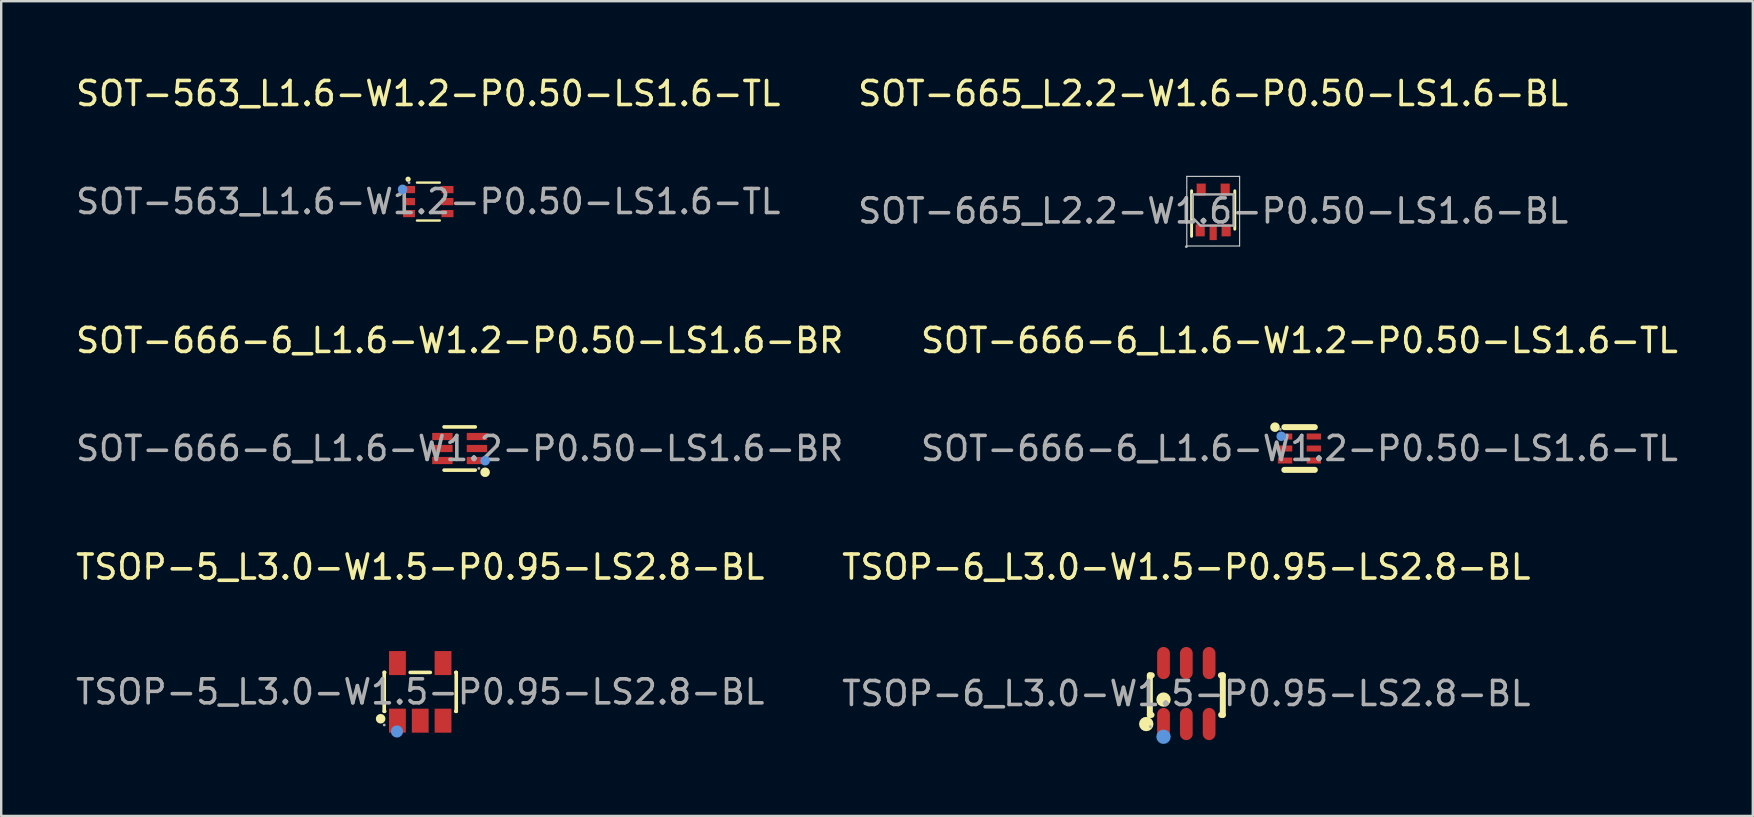
<source format=kicad_pcb>
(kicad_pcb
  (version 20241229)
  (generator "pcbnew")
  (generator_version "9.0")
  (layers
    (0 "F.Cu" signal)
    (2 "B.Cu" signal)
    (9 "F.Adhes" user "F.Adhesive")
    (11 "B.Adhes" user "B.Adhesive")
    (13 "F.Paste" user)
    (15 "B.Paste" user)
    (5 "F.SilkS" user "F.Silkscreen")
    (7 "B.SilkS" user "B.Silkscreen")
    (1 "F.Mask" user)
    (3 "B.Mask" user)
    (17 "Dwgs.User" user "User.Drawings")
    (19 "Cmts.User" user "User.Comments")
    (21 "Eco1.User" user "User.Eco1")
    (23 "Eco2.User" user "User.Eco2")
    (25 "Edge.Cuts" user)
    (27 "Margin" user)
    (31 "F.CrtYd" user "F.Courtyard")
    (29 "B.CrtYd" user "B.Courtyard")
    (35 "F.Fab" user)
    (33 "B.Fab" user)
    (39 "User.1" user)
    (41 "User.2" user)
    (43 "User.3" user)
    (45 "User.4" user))
  (footprint "SOT-666-6_L1.6-W1.2-P0.50-LS1.6-BR"
    (layer "F.Cu")
    (at 16.101 15.636)
    (property "Reference" "SOT-666-6_L1.6-W1.2-P0.50-LS1.6-BR" (at 0 -4.5 0) (layer "F.SilkS") (effects (font (size 1 1) (thickness 0.15))))
    (attr through_hole)
    (fp_line (start 0.65 -0.9) (end -0.65 -0.9) (stroke (width 0.15) (type solid)) (layer "F.SilkS"))
    (fp_line (start 0.65 0.9) (end -0.65 0.9) (stroke (width 0.15) (type solid)) (layer "F.SilkS"))
    (fp_arc (start 1.06 0.99) (mid 1.06 0.99) (end 1.06 0.99) (stroke (width 0.2) (type solid)) (layer "F.SilkS"))
    (fp_circle (center 1.06 0.51) (end 1.16 0.51) (stroke (width 0.2) (type solid)) (fill no) (layer "Cmts.User"))
    (fp_circle (center 0.8 0.83) (end 0.83 0.83) (stroke (width 0.06) (type solid)) (fill no) (layer "F.Fab"))
    (fp_text user "${REFERENCE}" (at 0 0 0) (layer "F.Fab") (effects (font (size 1 1) (thickness 0.15))))
    (pad "1" smd rect (at 0.72 0.5 90) (size 0.3 0.85) (layers "F.Cu" "F.Mask" "F.Paste"))
    (pad "2" smd rect (at 0.72 0 90) (size 0.3 0.85) (layers "F.Cu" "F.Mask" "F.Paste"))
    (pad "3" smd rect (at 0.72 -0.5 90) (size 0.3 0.85) (layers "F.Cu" "F.Mask" "F.Paste"))
    (pad "4" smd rect (at -0.72 -0.5 90) (size 0.3 0.85) (layers "F.Cu" "F.Mask" "F.Paste"))
    (pad "5" smd rect (at -0.72 0 90) (size 0.3 0.85) (layers "F.Cu" "F.Mask" "F.Paste"))
    (pad "6" smd rect (at -0.72 0.5 90) (size 0.3 0.85) (layers "F.Cu" "F.Mask" "F.Paste")))
  (footprint "SOT-665_L2.2-W1.6-P0.50-LS1.6-BL"
    (layer "F.Cu")
    (at 47.494 5.738)
    (property "Reference" "SOT-665_L2.2-W1.6-P0.50-LS1.6-BL" (at 0 -4.89 0) (layer "F.SilkS") (effects (font (size 1 1) (thickness 0.15))))
    (attr through_hole)
    (fp_line (start -0.9 -0.84) (end -0.9 1.06) (stroke (width 0.12) (type solid)) (layer "F.SilkS"))
    (fp_line (start 0.9 0.76) (end 0.9 -0.84) (stroke (width 0.12) (type solid)) (layer "F.SilkS"))
    (fp_line (start -1.1 -1.44) (end 1.1 -1.44) (stroke (width 0.05) (type solid)) (layer "Dwgs.User"))
    (fp_line (start -1.1 1.46) (end -1.1 -1.44) (stroke (width 0.05) (type solid)) (layer "Dwgs.User"))
    (fp_line (start 1.1 -1.44) (end 1.1 1.46) (stroke (width 0.05) (type solid)) (layer "Dwgs.User"))
    (fp_line (start 1.1 1.46) (end -1.1 1.46) (stroke (width 0.05) (type solid)) (layer "Dwgs.User"))
    (fp_line (start -0.85 -0.69) (end 0.85 -0.69) (stroke (width 0.1) (type solid)) (layer "F.Fab"))
    (fp_line (start -0.85 0.29) (end -0.85 -0.69) (stroke (width 0.1) (type solid)) (layer "F.Fab"))
    (fp_line (start -0.53 0.61) (end -0.85 0.29) (stroke (width 0.1) (type solid)) (layer "F.Fab"))
    (fp_line (start 0.85 -0.69) (end 0.85 0.61) (stroke (width 0.1) (type solid)) (layer "F.Fab"))
    (fp_line (start 0.85 0.61) (end -0.51 0.61) (stroke (width 0.1) (type solid)) (layer "F.Fab"))
    (fp_circle (center -1.12 1.49) (end -1.09 1.49) (stroke (width 0.06) (type solid)) (fill no) (layer "F.Fab"))
    (fp_text user "${REFERENCE}" (at 0 0 0) (layer "F.Fab") (effects (font (size 1 1) (thickness 0.15))))
    (pad "1" smd rect (at -0.54 0.81 90) (size 0.5 0.38) (layers "F.Cu" "F.Mask" "F.Paste"))
    (pad "2" smd rect (at 0 0.89 90) (size 0.65 0.3) (layers "F.Cu" "F.Mask" "F.Paste"))
    (pad "3" smd rect (at 0.54 0.81 90) (size 0.5 0.38) (layers "F.Cu" "F.Mask" "F.Paste"))
    (pad "4" smd rect (at 0.5 -0.89 90) (size 0.5 0.38) (layers "F.Cu" "F.Mask" "F.Paste"))
    (pad "5" smd rect (at -0.5 -0.89 90) (size 0.5 0.38) (layers "F.Cu" "F.Mask" "F.Paste")))
  (footprint "TSOP-5_L3.0-W1.5-P0.95-LS2.8-BL"
    (layer "F.Cu")
    (at 14.458 25.775)
    (property "Reference" "TSOP-5_L3.0-W1.5-P0.95-LS2.8-BL" (at 0 -5.2 0) (layer "F.SilkS") (effects (font (size 1 1) (thickness 0.15))))
    (attr through_hole)
    (fp_line (start -1.5 -0.81) (end -1.48 -0.81) (stroke (width 0.15) (type solid)) (layer "F.SilkS"))
    (fp_line (start -1.5 0.81) (end -1.5 -0.81) (stroke (width 0.15) (type solid)) (layer "F.SilkS"))
    (fp_line (start -1.48 0.81) (end -1.5 0.81) (stroke (width 0.15) (type solid)) (layer "F.SilkS"))
    (fp_line (start -0.42 -0.81) (end 0.42 -0.81) (stroke (width 0.15) (type solid)) (layer "F.SilkS"))
    (fp_line (start 1.48 -0.81) (end 1.5 -0.81) (stroke (width 0.15) (type solid)) (layer "F.SilkS"))
    (fp_line (start 1.5 -0.81) (end 1.5 0.81) (stroke (width 0.15) (type solid)) (layer "F.SilkS"))
    (fp_line (start 1.5 0.81) (end 1.48 0.81) (stroke (width 0.15) (type solid)) (layer "F.SilkS"))
    (fp_circle (center -1.65 1.12) (end -1.55 1.12) (stroke (width 0.2) (type solid)) (fill no) (layer "F.SilkS"))
    (fp_circle (center -0.97 1.65) (end -0.84 1.65) (stroke (width 0.25) (type solid)) (fill no) (layer "Cmts.User"))
    (fp_circle (center -1.5 1.38) (end -1.47 1.38) (stroke (width 0.06) (type solid)) (fill no) (layer "F.Fab"))
    (fp_text user "${REFERENCE}" (at 0 0 0) (layer "F.Fab") (effects (font (size 1 1) (thickness 0.15))))
    (pad "1" smd rect (at -0.95 1.2) (size 0.7 1) (layers "F.Cu" "F.Mask" "F.Paste"))
    (pad "2" smd rect (at 0 1.2) (size 0.7 1) (layers "F.Cu" "F.Mask" "F.Paste"))
    (pad "3" smd rect (at 0.95 1.2) (size 0.7 1) (layers "F.Cu" "F.Mask" "F.Paste"))
    (pad "4" smd rect (at 0.95 -1.2) (size 0.7 1) (layers "F.Cu" "F.Mask" "F.Paste"))
    (pad "5" smd rect (at -0.95 -1.2) (size 0.7 1) (layers "F.Cu" "F.Mask" "F.Paste")))
  (footprint "SOT-666-6_L1.6-W1.2-P0.50-LS1.6-TL"
    (layer "F.Cu")
    (at 51.089 15.636)
    (property "Reference" "SOT-666-6_L1.6-W1.2-P0.50-LS1.6-TL" (at 0 -4.5 0) (layer "F.SilkS") (effects (font (size 1 1) (thickness 0.15))))
    (attr through_hole)
    (fp_line (start -0.63 -0.89) (end 0.64 -0.89) (stroke (width 0.25) (type solid)) (layer "F.SilkS"))
    (fp_line (start -0.63 0.89) (end 0.64 0.89) (stroke (width 0.25) (type solid)) (layer "F.SilkS"))
    (fp_arc (start -1.02 -0.89) (mid -1.02 -0.89) (end -1.02 -0.89) (stroke (width 0.2) (type solid)) (layer "F.SilkS"))
    (fp_circle (center -0.76 -0.51) (end -0.66 -0.51) (stroke (width 0.2) (type solid)) (fill no) (layer "Cmts.User"))
    (fp_circle (center -0.8 -0.8) (end -0.77 -0.8) (stroke (width 0.06) (type solid)) (fill no) (layer "F.Fab"))
    (fp_text user "${REFERENCE}" (at 0 0 0) (layer "F.Fab") (effects (font (size 1 1) (thickness 0.15))))
    (pad "1" smd rect (at -0.6 -0.5 270) (size 0.25 0.6) (layers "F.Cu" "F.Mask" "F.Paste"))
    (pad "2" smd rect (at -0.6 0 270) (size 0.25 0.6) (layers "F.Cu" "F.Mask" "F.Paste"))
    (pad "3" smd rect (at -0.6 0.5 270) (size 0.25 0.6) (layers "F.Cu" "F.Mask" "F.Paste"))
    (pad "4" smd rect (at 0.6 0.5 270) (size 0.25 0.6) (layers "F.Cu" "F.Mask" "F.Paste"))
    (pad "5" smd rect (at 0.6 0 270) (size 0.25 0.6) (layers "F.Cu" "F.Mask" "F.Paste"))
    (pad "6" smd rect (at 0.6 -0.5 270) (size 0.25 0.6) (layers "F.Cu" "F.Mask" "F.Paste")))
  (footprint "SOT-563_L1.6-W1.2-P0.50-LS1.6-TL"
    (layer "F.Cu")
    (at 14.792 5.348)
    (property "Reference" "SOT-563_L1.6-W1.2-P0.50-LS1.6-TL" (at 0 -4.5 0) (layer "F.SilkS") (effects (font (size 1 1) (thickness 0.15))))
    (attr through_hole)
    (fp_line (start 0.48 -0.79) (end -0.47 -0.79) (stroke (width 0.1) (type solid)) (layer "F.SilkS"))
    (fp_line (start 0.48 0.79) (end -0.47 0.79) (stroke (width 0.1) (type solid)) (layer "F.SilkS"))
    (fp_circle (center -0.84 -0.93) (end -0.78 -0.93) (stroke (width 0.1) (type solid)) (fill no) (layer "F.SilkS"))
    (fp_circle (center -1.07 -0.51) (end -0.97 -0.51) (stroke (width 0.2) (type solid)) (fill no) (layer "Cmts.User"))
    (fp_circle (center -0.8 -0.79) (end -0.77 -0.79) (stroke (width 0.06) (type solid)) (fill no) (layer "F.Fab"))
    (fp_text user "${REFERENCE}" (at 0 0 0) (layer "F.Fab") (effects (font (size 1 1) (thickness 0.15))))
    (pad "1" smd rect (at -0.8 -0.5 270) (size 0.3 0.5) (layers "F.Cu" "F.Mask" "F.Paste"))
    (pad "2" smd rect (at -0.8 0 270) (size 0.3 0.5) (layers "F.Cu" "F.Mask" "F.Paste"))
    (pad "3" smd rect (at -0.8 0.5 270) (size 0.3 0.5) (layers "F.Cu" "F.Mask" "F.Paste"))
    (pad "4" smd rect (at 0.8 0.5 270) (size 0.3 0.5) (layers "F.Cu" "F.Mask" "F.Paste"))
    (pad "5" smd rect (at 0.8 0 270) (size 0.3 0.5) (layers "F.Cu" "F.Mask" "F.Paste"))
    (pad "6" smd rect (at 0.8 -0.5 270) (size 0.3 0.5) (layers "F.Cu" "F.Mask" "F.Paste")))
  (footprint "TSOP-6_L3.0-W1.5-P0.95-LS2.8-BL"
    (layer "F.Cu")
    (at 46.375 25.845)
    (property "Reference" "TSOP-6_L3.0-W1.5-P0.95-LS2.8-BL" (at 0 -5.27 0) (layer "F.SilkS") (effects (font (size 1 1) (thickness 0.15))))
    (attr through_hole)
    (fp_line (start -1.52 -0.76) (end -1.52 0.89) (stroke (width 0.25) (type solid)) (layer "F.SilkS"))
    (fp_line (start -1.52 0.89) (end -1.45 0.89) (stroke (width 0.25) (type solid)) (layer "F.SilkS"))
    (fp_line (start -1.44 -0.76) (end -1.52 -0.76) (stroke (width 0.25) (type solid)) (layer "F.SilkS"))
    (fp_line (start 1.45 0.89) (end 1.52 0.89) (stroke (width 0.25) (type solid)) (layer "F.SilkS"))
    (fp_line (start 1.52 -0.76) (end 1.44 -0.76) (stroke (width 0.25) (type solid)) (layer "F.SilkS"))
    (fp_line (start 1.52 0.89) (end 1.52 -0.76) (stroke (width 0.25) (type solid)) (layer "F.SilkS"))
    (fp_circle (center -1.67 1.27) (end -1.52 1.27) (stroke (width 0.3) (type solid)) (fill no) (layer "F.SilkS"))
    (fp_circle (center -0.95 0.25) (end -0.8 0.25) (stroke (width 0.3) (type solid)) (fill no) (layer "F.SilkS"))
    (fp_circle (center -0.95 1.8) (end -0.8 1.8) (stroke (width 0.3) (type solid)) (fill no) (layer "Cmts.User"))
    (fp_circle (center -1.5 1.38) (end -1.47 1.38) (stroke (width 0.06) (type solid)) (fill no) (layer "F.Fab"))
    (fp_text user "${REFERENCE}" (at 0 0 0) (layer "F.Fab") (effects (font (size 1 1) (thickness 0.15))))
    (pad "1" smd oval (at -0.95 1.27) (size 0.53 1.34) (layers "F.Cu" "F.Mask" "F.Paste"))
    (pad "2" smd oval (at 0 1.27) (size 0.53 1.34) (layers "F.Cu" "F.Mask" "F.Paste"))
    (pad "3" smd oval (at 0.95 1.27) (size 0.53 1.34) (layers "F.Cu" "F.Mask" "F.Paste"))
    (pad "4" smd oval (at 0.95 -1.27) (size 0.53 1.34) (layers "F.Cu" "F.Mask" "F.Paste"))
    (pad "5" smd oval (at 0 -1.27) (size 0.53 1.34) (layers "F.Cu" "F.Mask" "F.Paste"))
    (pad "6" smd oval (at -0.95 -1.27) (size 0.53 1.34) (layers "F.Cu" "F.Mask" "F.Paste")))
  (gr_rect
    (start -3 -3)
    (end 69.976 30.945)
    (stroke (width 0.1) (type default))
    (fill no)
    (layer "Edge.Cuts")))
</source>
